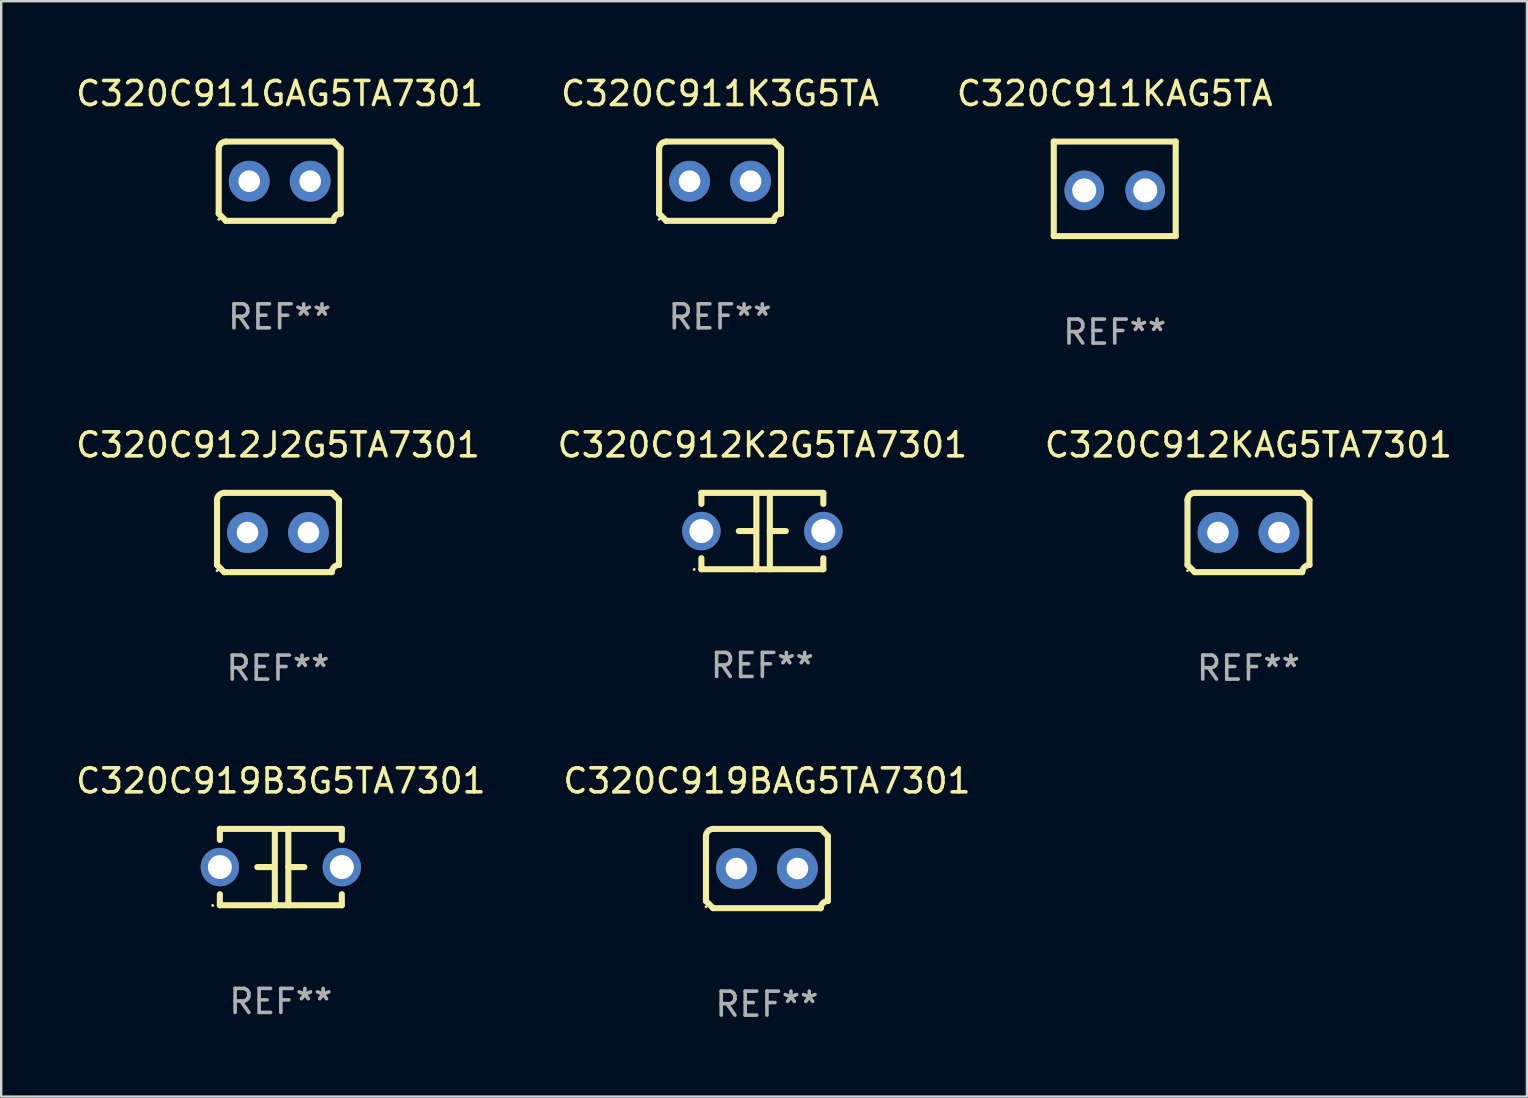
<source format=kicad_pcb>
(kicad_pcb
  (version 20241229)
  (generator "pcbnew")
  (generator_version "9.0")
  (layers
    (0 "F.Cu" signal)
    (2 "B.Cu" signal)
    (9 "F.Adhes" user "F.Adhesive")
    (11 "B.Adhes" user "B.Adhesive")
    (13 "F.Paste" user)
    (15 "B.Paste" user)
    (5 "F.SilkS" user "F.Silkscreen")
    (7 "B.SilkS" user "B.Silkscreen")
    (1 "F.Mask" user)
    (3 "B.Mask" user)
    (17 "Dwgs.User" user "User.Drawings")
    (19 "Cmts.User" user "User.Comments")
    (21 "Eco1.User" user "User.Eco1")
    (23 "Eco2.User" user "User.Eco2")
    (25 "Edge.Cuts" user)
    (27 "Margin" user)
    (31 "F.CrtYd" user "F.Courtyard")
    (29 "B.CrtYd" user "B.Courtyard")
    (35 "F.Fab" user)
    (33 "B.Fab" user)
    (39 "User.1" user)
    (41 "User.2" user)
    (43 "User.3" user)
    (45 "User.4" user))
  (footprint "C320C911K3G5TA"
    (layer "F.Cu")
    (at 26.946 4.499)
    (property "Reference" "C320C911K3G5TA" (at 0 -3.651 0) (layer "F.SilkS") (effects (font (size 1 1) (thickness 0.15))))
    (attr through_hole)
    (fp_line (start -2.54 -1.351) (end -2.54 1.351) (stroke (width 0.254) (type solid)) (layer "F.SilkS"))
    (fp_line (start -2.24 -1.651) (end 2.24 -1.651) (stroke (width 0.254) (type solid)) (layer "F.SilkS"))
    (fp_line (start 2.24 1.651) (end -2.24 1.651) (stroke (width 0.254) (type solid)) (layer "F.SilkS"))
    (fp_line (start 2.54 1.351) (end 2.54 -1.351) (stroke (width 0.254) (type solid)) (layer "F.SilkS"))
    (fp_arc (start -2.540005 -1.351283) (mid -2.450115 -1.561309) (end -2.240005 -1.651003) (stroke (width 0.254001) (type solid)) (layer "F.SilkS"))
    (fp_arc (start -2.240287 1.651001) (mid -2.390163 1.501019) (end -2.540005 1.351003) (stroke (width 0.254001) (type solid)) (layer "F.SilkS"))
    (fp_arc (start 2.240005 1.651003) (mid 2.329934 1.441015) (end 2.540005 1.351282) (stroke (width 0.254001) (type solid)) (layer "F.SilkS"))
    (fp_arc (start 2.540005 -1.351003) (mid 2.389393 -1.500252) (end 2.240284 -1.651003) (stroke (width 0.254001) (type solid)) (layer "F.SilkS"))
    (fp_circle (center -2.54 1.59) (end -2.51 1.59) (stroke (width 0.06) (type solid)) (fill no) (layer "F.SilkS"))
    (fp_text user "REF**" (at 0 5.651 0) (layer "F.Fab") (effects (font (size 1 1) (thickness 0.15))))
    (pad "1" thru_hole circle (at -1.27 0) (size 1.7 1.7) (drill 0.9) (layers "*.Cu" "*.Mask"))
    (pad "2" thru_hole circle (at 1.27 0) (size 1.7 1.7) (drill 0.9) (layers "*.Cu" "*.Mask")))
  (footprint "C320C911KAG5TA"
    (layer "F.Cu")
    (at 43.387 4.817)
    (property "Reference" "C320C911KAG5TA" (at 0 -3.969 0) (layer "F.SilkS") (effects (font (size 1 1) (thickness 0.15))))
    (attr through_hole)
    (fp_line (start -2.54 -1.969) (end -2.54 1.969) (stroke (width 0.254) (type solid)) (layer "F.SilkS"))
    (fp_line (start -2.54 1.969) (end 2.54 1.969) (stroke (width 0.254) (type solid)) (layer "F.SilkS"))
    (fp_line (start 2.54 -1.969) (end -2.54 -1.969) (stroke (width 0.254) (type solid)) (layer "F.SilkS"))
    (fp_line (start 2.54 1.969) (end 2.54 -1.969) (stroke (width 0.254) (type solid)) (layer "F.SilkS"))
    (fp_circle (center -2.55 1.963) (end -2.52 1.963) (stroke (width 0.06) (type solid)) (fill no) (layer "F.SilkS"))
    (fp_text user "REF**" (at 0 5.969 0) (layer "F.Fab") (effects (font (size 1 1) (thickness 0.15))))
    (pad "1" thru_hole circle (at -1.27 0.064) (size 1.65 1.65) (drill 1) (layers "*.Cu" "*.Mask"))
    (pad "2" thru_hole circle (at 1.27 0.064) (size 1.65 1.65) (drill 1) (layers "*.Cu" "*.Mask")))
  (footprint "C320C911GAG5TA7301"
    (layer "F.Cu")
    (at 8.601 4.499)
    (property "Reference" "C320C911GAG5TA7301" (at 0 -3.651 0) (layer "F.SilkS") (effects (font (size 1 1) (thickness 0.15))))
    (attr through_hole)
    (fp_line (start -2.54 -1.351) (end -2.54 1.351) (stroke (width 0.254) (type solid)) (layer "F.SilkS"))
    (fp_line (start -2.24 -1.651) (end 2.24 -1.651) (stroke (width 0.254) (type solid)) (layer "F.SilkS"))
    (fp_line (start 2.24 1.651) (end -2.24 1.651) (stroke (width 0.254) (type solid)) (layer "F.SilkS"))
    (fp_line (start 2.54 1.351) (end 2.54 -1.351) (stroke (width 0.254) (type solid)) (layer "F.SilkS"))
    (fp_arc (start -2.540005 -1.351283) (mid -2.450115 -1.561309) (end -2.240005 -1.651003) (stroke (width 0.254001) (type solid)) (layer "F.SilkS"))
    (fp_arc (start -2.240287 1.651001) (mid -2.390163 1.501019) (end -2.540005 1.351003) (stroke (width 0.254001) (type solid)) (layer "F.SilkS"))
    (fp_arc (start 2.240005 1.651003) (mid 2.329934 1.441015) (end 2.540005 1.351282) (stroke (width 0.254001) (type solid)) (layer "F.SilkS"))
    (fp_arc (start 2.540005 -1.351003) (mid 2.389393 -1.500252) (end 2.240284 -1.651003) (stroke (width 0.254001) (type solid)) (layer "F.SilkS"))
    (fp_circle (center -2.54 1.59) (end -2.51 1.59) (stroke (width 0.06) (type solid)) (fill no) (layer "F.SilkS"))
    (fp_text user "REF**" (at 0 5.651 0) (layer "F.Fab") (effects (font (size 1 1) (thickness 0.15))))
    (pad "1" thru_hole circle (at -1.27 0) (size 1.7 1.7) (drill 0.9) (layers "*.Cu" "*.Mask"))
    (pad "2" thru_hole circle (at 1.27 0) (size 1.7 1.7) (drill 0.9) (layers "*.Cu" "*.Mask")))
  (footprint "C320C912KAG5TA7301"
    (layer "F.Cu")
    (at 48.958 19.133)
    (property "Reference" "C320C912KAG5TA7301" (at 0 -3.651 0) (layer "F.SilkS") (effects (font (size 1 1) (thickness 0.15))))
    (attr through_hole)
    (fp_line (start -2.54 -1.351) (end -2.54 1.351) (stroke (width 0.254) (type solid)) (layer "F.SilkS"))
    (fp_line (start -2.24 -1.651) (end 2.24 -1.651) (stroke (width 0.254) (type solid)) (layer "F.SilkS"))
    (fp_line (start 2.24 1.651) (end -2.24 1.651) (stroke (width 0.254) (type solid)) (layer "F.SilkS"))
    (fp_line (start 2.54 1.351) (end 2.54 -1.351) (stroke (width 0.254) (type solid)) (layer "F.SilkS"))
    (fp_arc (start -2.540005 -1.351283) (mid -2.450115 -1.561309) (end -2.240005 -1.651003) (stroke (width 0.254001) (type solid)) (layer "F.SilkS"))
    (fp_arc (start -2.240287 1.651001) (mid -2.390163 1.501019) (end -2.540005 1.351003) (stroke (width 0.254001) (type solid)) (layer "F.SilkS"))
    (fp_arc (start 2.240005 1.651003) (mid 2.329934 1.441015) (end 2.540005 1.351282) (stroke (width 0.254001) (type solid)) (layer "F.SilkS"))
    (fp_arc (start 2.540005 -1.351003) (mid 2.389393 -1.500252) (end 2.240284 -1.651003) (stroke (width 0.254001) (type solid)) (layer "F.SilkS"))
    (fp_circle (center -2.54 1.59) (end -2.51 1.59) (stroke (width 0.06) (type solid)) (fill no) (layer "F.SilkS"))
    (fp_text user "REF**" (at 0 5.651 0) (layer "F.Fab") (effects (font (size 1 1) (thickness 0.15))))
    (pad "1" thru_hole circle (at -1.27 0) (size 1.7 1.7) (drill 0.9) (layers "*.Cu" "*.Mask"))
    (pad "2" thru_hole circle (at 1.27 0) (size 1.7 1.7) (drill 0.9) (layers "*.Cu" "*.Mask")))
  (footprint "C320C919BAG5TA7301"
    (layer "F.Cu")
    (at 28.899 33.131)
    (property "Reference" "C320C919BAG5TA7301" (at 0 -3.651 0) (layer "F.SilkS") (effects (font (size 1 1) (thickness 0.15))))
    (attr through_hole)
    (fp_line (start -2.54 -1.351) (end -2.54 1.351) (stroke (width 0.254) (type solid)) (layer "F.SilkS"))
    (fp_line (start -2.24 -1.651) (end 2.24 -1.651) (stroke (width 0.254) (type solid)) (layer "F.SilkS"))
    (fp_line (start 2.24 1.651) (end -2.24 1.651) (stroke (width 0.254) (type solid)) (layer "F.SilkS"))
    (fp_line (start 2.54 1.351) (end 2.54 -1.351) (stroke (width 0.254) (type solid)) (layer "F.SilkS"))
    (fp_arc (start -2.540005 -1.351283) (mid -2.450115 -1.561309) (end -2.240005 -1.651003) (stroke (width 0.254001) (type solid)) (layer "F.SilkS"))
    (fp_arc (start -2.240287 1.651001) (mid -2.390163 1.501019) (end -2.540005 1.351003) (stroke (width 0.254001) (type solid)) (layer "F.SilkS"))
    (fp_arc (start 2.240005 1.651003) (mid 2.329934 1.441015) (end 2.540005 1.351282) (stroke (width 0.254001) (type solid)) (layer "F.SilkS"))
    (fp_arc (start 2.540005 -1.351003) (mid 2.389393 -1.500252) (end 2.240284 -1.651003) (stroke (width 0.254001) (type solid)) (layer "F.SilkS"))
    (fp_circle (center -2.54 1.59) (end -2.51 1.59) (stroke (width 0.06) (type solid)) (fill no) (layer "F.SilkS"))
    (fp_text user "REF**" (at 0 5.651 0) (layer "F.Fab") (effects (font (size 1 1) (thickness 0.15))))
    (pad "1" thru_hole circle (at -1.27 0) (size 1.7 1.7) (drill 0.9) (layers "*.Cu" "*.Mask"))
    (pad "2" thru_hole circle (at 1.27 0) (size 1.7 1.7) (drill 0.9) (layers "*.Cu" "*.Mask")))
  (footprint "C320C912J2G5TA7301"
    (layer "F.Cu")
    (at 8.53 19.133)
    (property "Reference" "C320C912J2G5TA7301" (at 0 -3.651 0) (layer "F.SilkS") (effects (font (size 1 1) (thickness 0.15))))
    (attr through_hole)
    (fp_line (start -2.54 -1.351) (end -2.54 1.351) (stroke (width 0.254) (type solid)) (layer "F.SilkS"))
    (fp_line (start -2.24 -1.651) (end 2.24 -1.651) (stroke (width 0.254) (type solid)) (layer "F.SilkS"))
    (fp_line (start 2.24 1.651) (end -2.24 1.651) (stroke (width 0.254) (type solid)) (layer "F.SilkS"))
    (fp_line (start 2.54 1.351) (end 2.54 -1.351) (stroke (width 0.254) (type solid)) (layer "F.SilkS"))
    (fp_arc (start -2.540005 -1.351283) (mid -2.450115 -1.561309) (end -2.240005 -1.651003) (stroke (width 0.254001) (type solid)) (layer "F.SilkS"))
    (fp_arc (start -2.240287 1.651001) (mid -2.390163 1.501019) (end -2.540005 1.351003) (stroke (width 0.254001) (type solid)) (layer "F.SilkS"))
    (fp_arc (start 2.240005 1.651003) (mid 2.329934 1.441015) (end 2.540005 1.351282) (stroke (width 0.254001) (type solid)) (layer "F.SilkS"))
    (fp_arc (start 2.540005 -1.351003) (mid 2.389393 -1.500252) (end 2.240284 -1.651003) (stroke (width 0.254001) (type solid)) (layer "F.SilkS"))
    (fp_circle (center -2.54 1.59) (end -2.51 1.59) (stroke (width 0.06) (type solid)) (fill no) (layer "F.SilkS"))
    (fp_text user "REF**" (at 0 5.651 0) (layer "F.Fab") (effects (font (size 1 1) (thickness 0.15))))
    (pad "1" thru_hole circle (at -1.27 0) (size 1.7 1.7) (drill 0.9) (layers "*.Cu" "*.Mask"))
    (pad "2" thru_hole circle (at 1.27 0) (size 1.7 1.7) (drill 0.9) (layers "*.Cu" "*.Mask")))
  (footprint "C320C919B3G5TA7301"
    (layer "F.Cu")
    (at 8.649 33.075)
    (property "Reference" "C320C919B3G5TA7301" (at 0 -3.595 0) (layer "F.SilkS") (effects (font (size 1 1) (thickness 0.15))))
    (attr through_hole)
    (fp_line (start -2.54 -1.595) (end -2.54 -1.136) (stroke (width 0.254) (type solid)) (layer "F.SilkS"))
    (fp_line (start -2.54 -1.595) (end 2.54 -1.595) (stroke (width 0.254) (type solid)) (layer "F.SilkS"))
    (fp_line (start -2.54 1.126) (end -2.54 1.585) (stroke (width 0.254) (type solid)) (layer "F.SilkS"))
    (fp_line (start -0.312 -0.005) (end -0.98 -0.005) (stroke (width 0.254) (type solid)) (layer "F.SilkS"))
    (fp_line (start -0.25 -1.585) (end -0.25 1.595) (stroke (width 0.254) (type solid)) (layer "F.SilkS"))
    (fp_line (start 0.312 -1.595) (end 0.312 1.585) (stroke (width 0.254) (type solid)) (layer "F.SilkS"))
    (fp_line (start 0.312 -0.005) (end 0.98 -0.005) (stroke (width 0.254) (type solid)) (layer "F.SilkS"))
    (fp_line (start 2.54 -1.595) (end 2.54 -1.136) (stroke (width 0.254) (type solid)) (layer "F.SilkS"))
    (fp_line (start 2.54 1.126) (end 2.54 1.585) (stroke (width 0.254) (type solid)) (layer "F.SilkS"))
    (fp_line (start 2.54 1.585) (end -2.54 1.585) (stroke (width 0.254) (type solid)) (layer "F.SilkS"))
    (fp_circle (center -2.84 1.595) (end -2.81 1.595) (stroke (width 0.06) (type solid)) (fill no) (layer "F.SilkS"))
    (fp_text user "REF**" (at 0 5.595 0) (layer "F.Fab") (effects (font (size 1 1) (thickness 0.15))))
    (pad "1" thru_hole circle (at -2.54 -0.005) (size 1.6 1.6) (drill 1) (layers "*.Cu" "*.Mask"))
    (pad "2" thru_hole circle (at 2.54 -0.005) (size 1.6 1.6) (drill 1) (layers "*.Cu" "*.Mask")))
  (footprint "C320C912K2G5TA7301"
    (layer "F.Cu")
    (at 28.708 19.077)
    (property "Reference" "C320C912K2G5TA7301" (at 0 -3.595 0) (layer "F.SilkS") (effects (font (size 1 1) (thickness 0.15))))
    (attr through_hole)
    (fp_line (start -2.54 -1.595) (end -2.54 -1.136) (stroke (width 0.254) (type solid)) (layer "F.SilkS"))
    (fp_line (start -2.54 -1.595) (end 2.54 -1.595) (stroke (width 0.254) (type solid)) (layer "F.SilkS"))
    (fp_line (start -2.54 1.126) (end -2.54 1.585) (stroke (width 0.254) (type solid)) (layer "F.SilkS"))
    (fp_line (start -0.312 -0.005) (end -0.98 -0.005) (stroke (width 0.254) (type solid)) (layer "F.SilkS"))
    (fp_line (start -0.25 -1.585) (end -0.25 1.595) (stroke (width 0.254) (type solid)) (layer "F.SilkS"))
    (fp_line (start 0.312 -1.595) (end 0.312 1.585) (stroke (width 0.254) (type solid)) (layer "F.SilkS"))
    (fp_line (start 0.312 -0.005) (end 0.98 -0.005) (stroke (width 0.254) (type solid)) (layer "F.SilkS"))
    (fp_line (start 2.54 -1.595) (end 2.54 -1.136) (stroke (width 0.254) (type solid)) (layer "F.SilkS"))
    (fp_line (start 2.54 1.126) (end 2.54 1.585) (stroke (width 0.254) (type solid)) (layer "F.SilkS"))
    (fp_line (start 2.54 1.585) (end -2.54 1.585) (stroke (width 0.254) (type solid)) (layer "F.SilkS"))
    (fp_circle (center -2.84 1.595) (end -2.81 1.595) (stroke (width 0.06) (type solid)) (fill no) (layer "F.SilkS"))
    (fp_text user "REF**" (at 0 5.595 0) (layer "F.Fab") (effects (font (size 1 1) (thickness 0.15))))
    (pad "1" thru_hole circle (at -2.54 -0.005) (size 1.6 1.6) (drill 1) (layers "*.Cu" "*.Mask"))
    (pad "2" thru_hole circle (at 2.54 -0.005) (size 1.6 1.6) (drill 1) (layers "*.Cu" "*.Mask")))
  (gr_rect
    (start -3 -3)
    (end 60.56 42.631)
    (stroke (width 0.1) (type default))
    (fill no)
    (layer "Edge.Cuts")))
</source>
